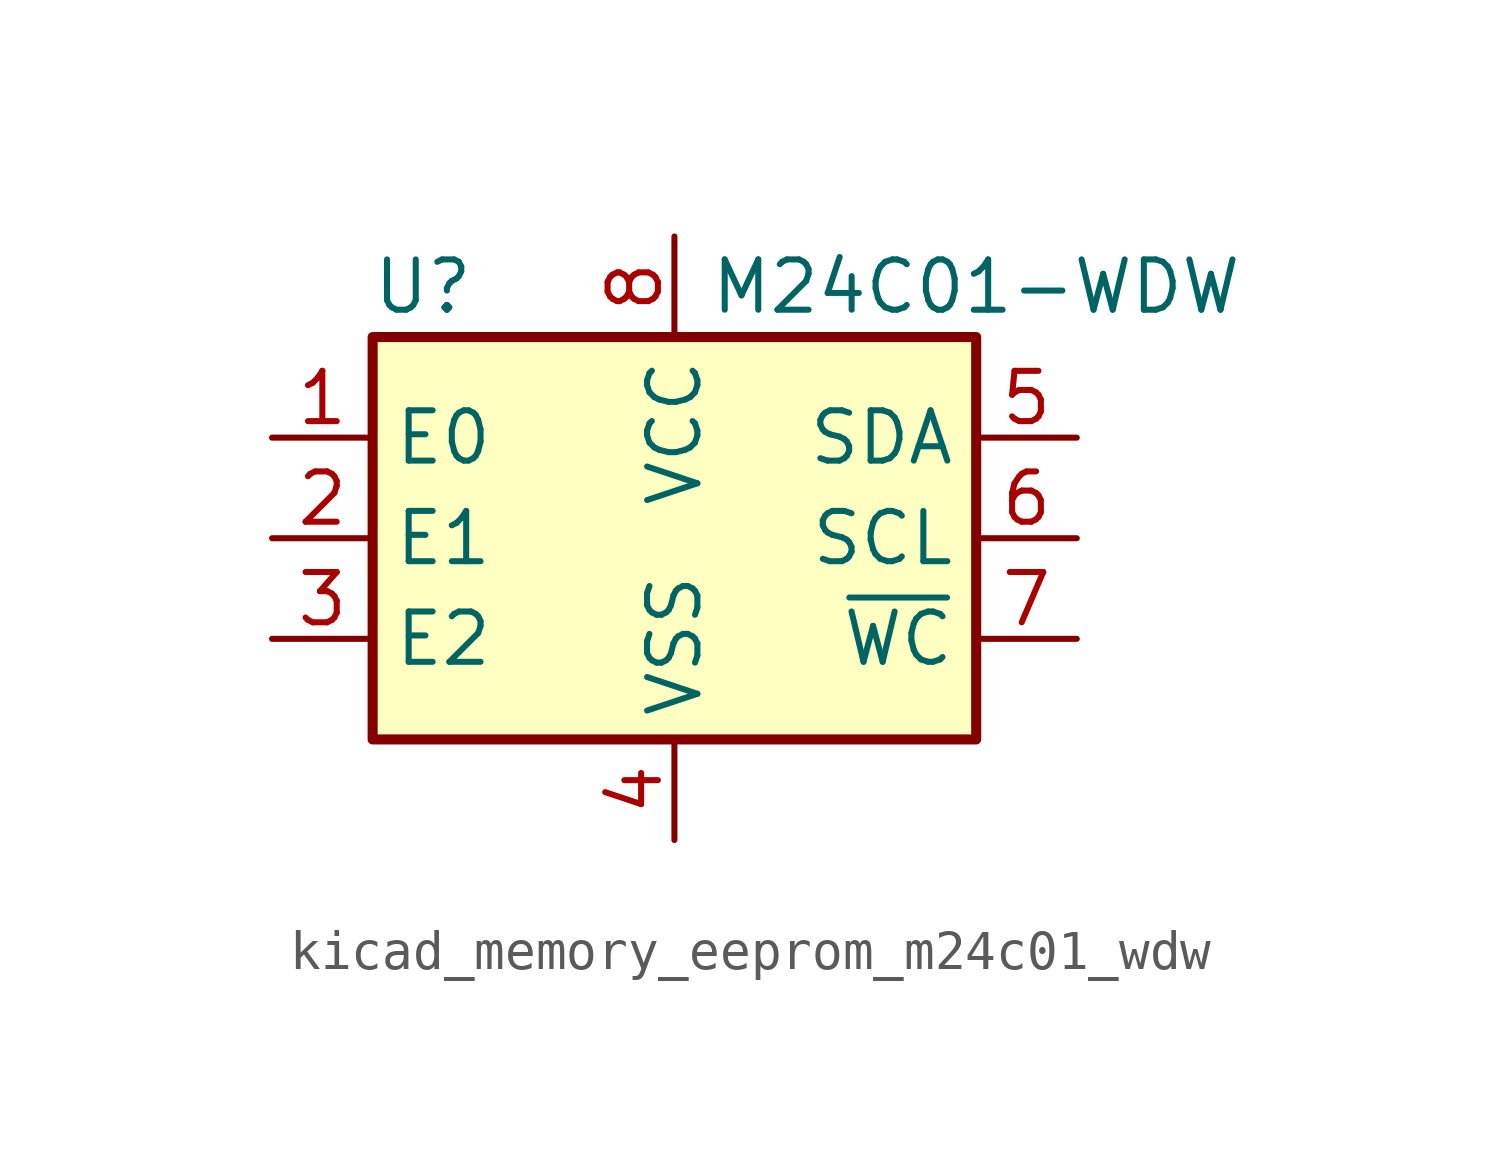
<source format=kicad_sym>
(kicad_symbol_lib
  (version 20220914)
  (generator kicad_symbol_editor)
  (symbol "kicad_memory_eeprom_m24c01_wdw"
    (property "Reference" "U"
      (at -6.35 6.35 0)
      (effects (font (size 1.27 1.27))))
    (property "Value" "M24C01-WDW"
      (at 7.62 6.35 0)
      (effects (font (size 1.27 1.27))))
    (symbol "kicad_memory_eeprom_m24c01_wdw_0_1"
      (rectangle (start -7.62 5.08) (end 7.62 -5.08) (stroke (width 0.254) (type default)) (fill (type background))))
    (symbol "kicad_memory_eeprom_m24c01_wdw_1_1"
      (pin input line (at -10.16 2.54 0) (length 2.54) (name "E0" (effects (font (size 1.27 1.27)))) (number "1" (effects (font (size 1.27 1.27)))))
      (pin input line (at -10.16 0 0) (length 2.54) (name "E1" (effects (font (size 1.27 1.27)))) (number "2" (effects (font (size 1.27 1.27)))))
      (pin input line (at -10.16 -2.54 0) (length 2.54) (name "E2" (effects (font (size 1.27 1.27)))) (number "3" (effects (font (size 1.27 1.27)))))
      (pin power_in line (at 0 -7.62 90) (length 2.54) (name "VSS" (effects (font (size 1.27 1.27)))) (number "4" (effects (font (size 1.27 1.27)))))
      (pin bidirectional line (at 10.16 2.54 180) (length 2.54) (name "SDA" (effects (font (size 1.27 1.27)))) (number "5" (effects (font (size 1.27 1.27)))))
      (pin input line (at 10.16 0 180) (length 2.54) (name "SCL" (effects (font (size 1.27 1.27)))) (number "6" (effects (font (size 1.27 1.27)))))
      (pin input line (at 10.16 -2.54 180) (length 2.54) (name "~{WC}" (effects (font (size 1.27 1.27)))) (number "7" (effects (font (size 1.27 1.27)))))
      (pin power_in line (at 0 7.62 270) (length 2.54) (name "VCC" (effects (font (size 1.27 1.27)))) (number "8" (effects (font (size 1.27 1.27))))))))
</source>
